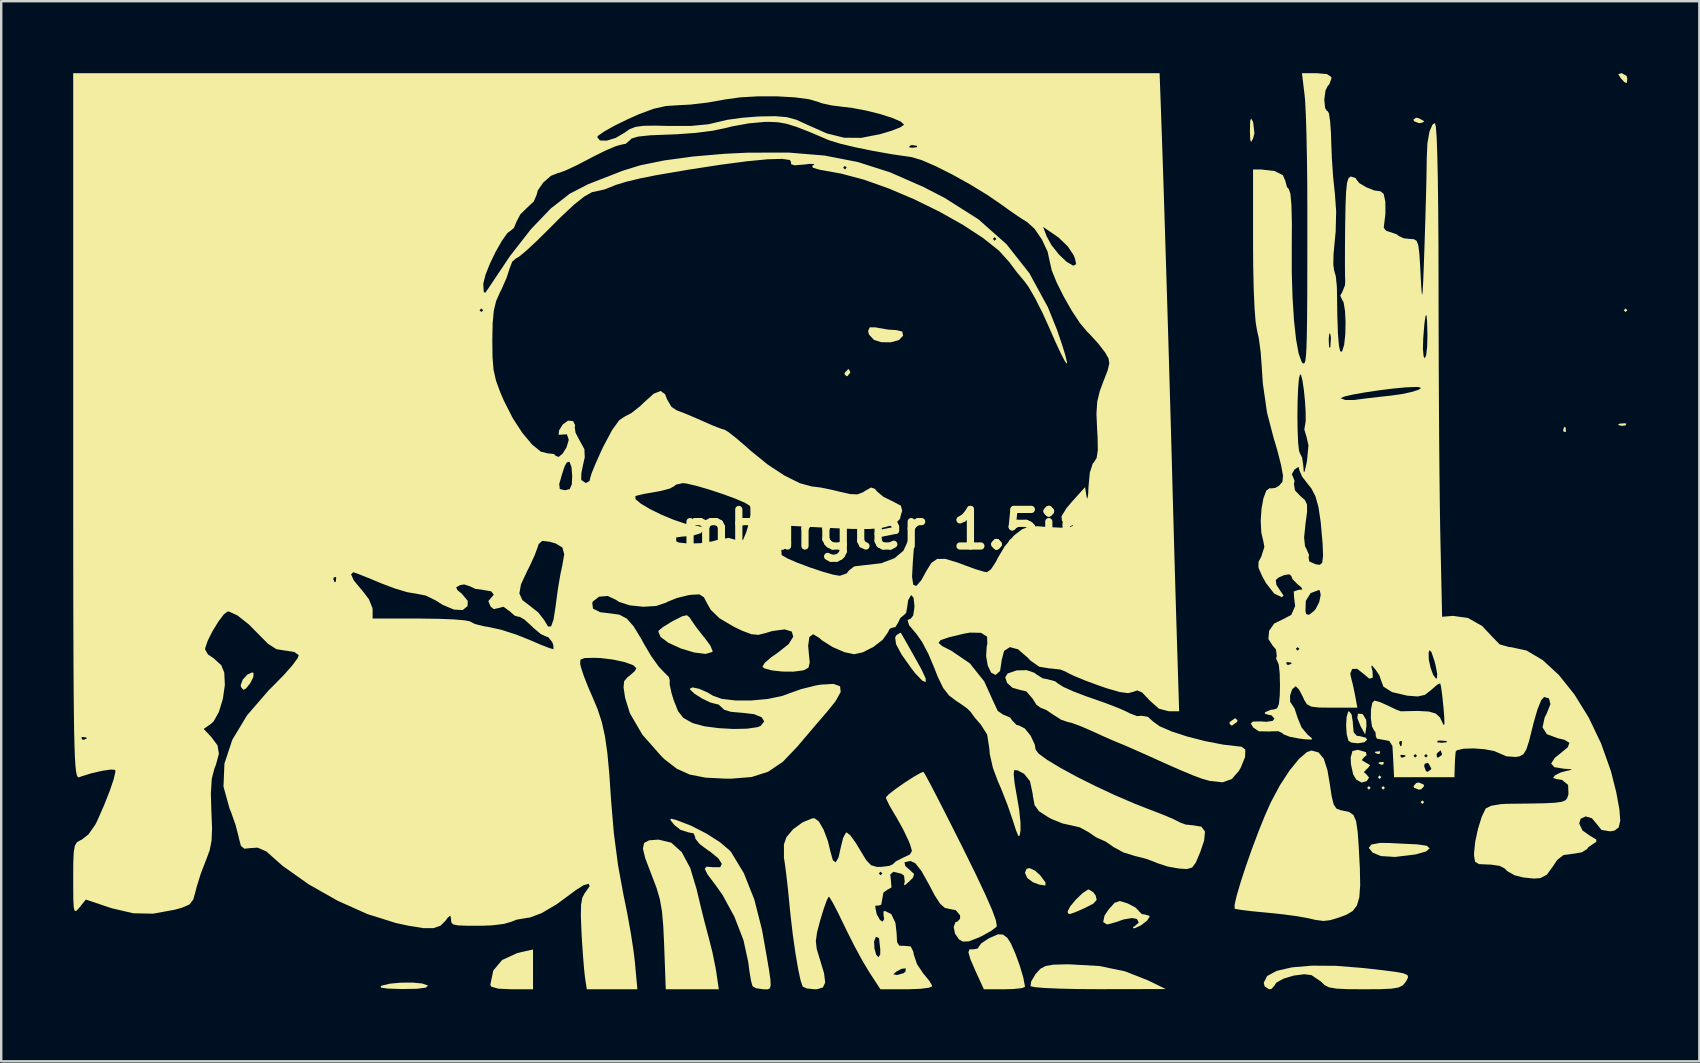
<source format=kicad_pcb>
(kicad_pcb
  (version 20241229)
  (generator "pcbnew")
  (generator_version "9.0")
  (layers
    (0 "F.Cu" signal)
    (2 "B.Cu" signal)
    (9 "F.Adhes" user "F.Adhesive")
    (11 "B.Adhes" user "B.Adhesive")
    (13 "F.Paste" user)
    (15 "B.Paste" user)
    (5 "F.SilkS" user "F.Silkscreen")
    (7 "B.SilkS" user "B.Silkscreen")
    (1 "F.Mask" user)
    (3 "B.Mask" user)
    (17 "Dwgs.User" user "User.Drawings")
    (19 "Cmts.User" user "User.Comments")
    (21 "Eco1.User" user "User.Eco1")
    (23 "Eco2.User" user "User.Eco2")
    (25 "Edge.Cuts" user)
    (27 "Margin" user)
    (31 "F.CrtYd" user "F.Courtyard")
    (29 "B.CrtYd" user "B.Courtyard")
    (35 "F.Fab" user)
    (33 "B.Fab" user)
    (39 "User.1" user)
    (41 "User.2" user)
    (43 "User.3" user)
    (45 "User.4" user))
  (footprint "Hamburgler 1.5in"
    (layer "F.Cu")
    (at 32.381 19.013)
    (property "Reference" "Hamburgler 1.5in" (at 0 0 0) (layer "F.SilkS") (effects (font (size 1.524 1.524) (thickness 0.3))))
    (attr board_only exclude_from_pos_files exclude_from_bom)
    (fp_poly (pts (xy 21.687 10.769) (xy 21.612 10.843) (xy 21.538 10.769) (xy 21.612 10.695)) (stroke (width 0) (type solid)) (fill yes) (layer "F.SilkS"))
    (fp_poly (pts (xy 22.132 10.323) (xy 22.058 10.398) (xy 21.984 10.323) (xy 22.058 10.249)) (stroke (width 0) (type solid)) (fill yes) (layer "F.SilkS"))
    (fp_poly (pts (xy 22.281 10.769) (xy 22.206 10.843) (xy 22.132 10.769) (xy 22.206 10.695)) (stroke (width 0) (type solid)) (fill yes) (layer "F.SilkS"))
    (fp_poly (pts (xy 23.915 11.363) (xy 23.84 11.437) (xy 23.766 11.363) (xy 23.84 11.289)) (stroke (width 0) (type solid)) (fill yes) (layer "F.SilkS"))
    (fp_poly (pts (xy 32.381 -9.135) (xy 32.307 -9.061) (xy 32.233 -9.135) (xy 32.307 -9.209)) (stroke (width 0) (type solid)) (fill yes) (layer "F.SilkS"))
    (fp_poly (pts (xy 22.083 9.259) (xy 22.062 9.347) (xy 21.984 9.358) (xy 21.861 9.304) (xy 21.885 9.259) (xy 22.061 9.241)) (stroke (width 0) (type solid)) (fill yes) (layer "F.SilkS"))
    (fp_poly (pts (xy 22.231 9.704) (xy 22.211 9.793) (xy 22.132 9.804) (xy 22.01 9.749) (xy 22.033 9.704) (xy 22.209 9.687)) (stroke (width 0) (type solid)) (fill yes) (layer "F.SilkS"))
    (fp_poly (pts (xy 29.807 -4.258) (xy 29.824 -4.082) (xy 29.807 -4.06) (xy 29.718 -4.08) (xy 29.708 -4.159) (xy 29.762 -4.281)) (stroke (width 0) (type solid)) (fill yes) (layer "F.SilkS"))
    (fp_poly (pts (xy 32.341 -4.397) (xy 32.297 -4.33) (xy 32.146 -4.319) (xy 31.988 -4.356) (xy 32.056 -4.409) (xy 32.289 -4.427)) (stroke (width 0) (type solid)) (fill yes) (layer "F.SilkS"))
    (fp_poly (pts (xy -0.002 -6.569) (xy 0 -6.536) (xy -0.114 -6.393) (xy -0.157 -6.387) (xy -0.246 -6.478) (xy -0.223 -6.536) (xy -0.089 -6.677) (xy -0.066 -6.684)) (stroke (width 0) (type solid)) (fill yes) (layer "F.SilkS"))
    (fp_poly (pts (xy 16.14 7.964) (xy 16.116 8.021) (xy 15.92 8.164) (xy 15.876 8.17) (xy 15.796 8.078) (xy 15.819 8.021) (xy 16.016 7.878) (xy 16.06 7.873)) (stroke (width 0) (type solid)) (fill yes) (layer "F.SilkS"))
    (fp_poly (pts (xy 21.334 7.69) (xy 21.365 7.708) (xy 21.5 7.936) (xy 21.511 8.186) (xy 21.457 8.541) (xy 21.265 8.198) (xy 21.13 7.862) (xy 21.156 7.675)) (stroke (width 0) (type solid)) (fill yes) (layer "F.SilkS"))
    (fp_poly (pts (xy 23.692 -17.136) (xy 23.887 -17.03) (xy 23.915 -16.992) (xy 23.793 -16.94) (xy 23.692 -16.933) (xy 23.494 -17.011) (xy 23.469 -17.077) (xy 23.578 -17.159)) (stroke (width 0) (type solid)) (fill yes) (layer "F.SilkS"))
    (fp_poly (pts (xy 23.889 10.626) (xy 23.915 10.695) (xy 23.794 10.827) (xy 23.692 10.843) (xy 23.494 10.763) (xy 23.469 10.695) (xy 23.589 10.563) (xy 23.692 10.546)) (stroke (width 0) (type solid)) (fill yes) (layer "F.SilkS"))
    (fp_poly (pts (xy 32.353 -18.897) (xy 32.381 -18.79) (xy 32.361 -18.6) (xy 32.26 -18.64) (xy 32.115 -18.796) (xy 32.003 -18.967) (xy 32.128 -19.013) (xy 32.153 -19.013)) (stroke (width 0) (type solid)) (fill yes) (layer "F.SilkS"))
    (fp_poly (pts (xy -24.866 5.98) (xy -24.874 6.148) (xy -25.003 6.406) (xy -25.178 6.624) (xy -25.287 6.684) (xy -25.39 6.565) (xy -25.4 6.48) (xy -25.313 6.252) (xy -25.12 6.046) (xy -24.925 5.957)) (stroke (width 0) (type solid)) (fill yes) (layer "F.SilkS"))
    (fp_poly (pts (xy -13.22 19.161) (xy -14.111 19.161) (xy -14.668 19.136) (xy -14.952 19.056) (xy -15 18.976) (xy -14.875 18.378) (xy -14.507 17.941) (xy -13.888 17.657) (xy -13.7 17.609) (xy -13.22 17.504)) (stroke (width 0) (type solid)) (fill yes) (layer "F.SilkS"))
    (fp_poly (pts (xy 7.7 14.215) (xy 7.914 14.41) (xy 8.137 14.711) (xy 8.129 14.838) (xy 7.88 14.799) (xy 7.613 14.701) (xy 7.375 14.524) (xy 7.279 14.303) (xy 7.351 14.139) (xy 7.468 14.111)) (stroke (width 0) (type solid)) (fill yes) (layer "F.SilkS"))
    (fp_poly (pts (xy 16.776 -17.003) (xy 16.789 -16.97) (xy 16.842 -16.51) (xy 16.789 -16.302) (xy 16.708 -16.148) (xy 16.668 -16.227) (xy 16.655 -16.571) (xy 16.655 -16.636) (xy 16.665 -17.016) (xy 16.701 -17.128)) (stroke (width 0) (type solid)) (fill yes) (layer "F.SilkS"))
    (fp_poly (pts (xy 1.063 -8.421) (xy 1.151 -8.401) (xy 1.592 -8.327) (xy 1.905 -8.309) (xy 2.167 -8.248) (xy 2.202 -8.075) (xy 2.033 -7.896) (xy 1.692 -7.799) (xy 1.292 -7.803) (xy 0.987 -7.899) (xy 0.779 -8.126) (xy 0.743 -8.269) (xy 0.811 -8.424)) (stroke (width 0) (type solid)) (fill yes) (layer "F.SilkS"))
    (fp_poly (pts (xy -17.84 18.92) (xy -17.613 18.999) (xy -17.602 19.013) (xy -17.688 19.092) (xy -18.048 19.139) (xy -18.661 19.151) (xy -18.67 19.151) (xy -19.258 19.133) (xy -19.555 19.093) (xy -19.566 19.029) (xy -19.533 19.013) (xy -19.194 18.929) (xy -18.731 18.885) (xy -18.246 18.882)) (stroke (width 0) (type solid)) (fill yes) (layer "F.SilkS"))
    (fp_poly (pts (xy 10.125 15.116) (xy 10.227 15.255) (xy 10.269 15.437) (xy 10.124 15.596) (xy 9.773 15.775) (xy 9.359 15.956) (xy 9.148 16.027) (xy 9.071 16) (xy 9.061 15.915) (xy 9.161 15.713) (xy 9.397 15.428) (xy 9.675 15.161) (xy 9.899 15.01) (xy 9.938 15.002)) (stroke (width 0) (type solid)) (fill yes) (layer "F.SilkS"))
    (fp_poly (pts (xy 22.448 13.065) (xy 23.011 13.094) (xy 23.589 13.121) (xy 23.618 13.122) (xy 24.021 13.179) (xy 24.144 13.288) (xy 23.995 13.417) (xy 23.578 13.536) (xy 23.531 13.545) (xy 22.701 13.646) (xy 22.107 13.609) (xy 21.767 13.465) (xy 21.607 13.268) (xy 21.718 13.129) (xy 22.073 13.062)) (stroke (width 0) (type solid)) (fill yes) (layer "F.SilkS"))
    (fp_poly (pts (xy 2.114 4.318) (xy 2.234 4.524) (xy 2.448 4.901) (xy 2.705 5.359) (xy 2.954 5.807) (xy 2.967 5.83) (xy 3.143 6.209) (xy 3.146 6.365) (xy 2.997 6.297) (xy 2.718 6.005) (xy 2.58 5.832) (xy 2.141 5.216) (xy 1.908 4.78) (xy 1.871 4.497) (xy 1.924 4.404) (xy 2.081 4.305)) (stroke (width 0) (type solid)) (fill yes) (layer "F.SilkS"))
    (fp_poly (pts (xy 20.89 7.706) (xy 20.942 8.027) (xy 20.944 8.095) (xy 20.977 8.454) (xy 21.107 8.598) (xy 21.241 8.615) (xy 21.482 8.677) (xy 21.538 8.764) (xy 21.416 8.869) (xy 21.148 8.91) (xy 20.877 8.88) (xy 20.757 8.801) (xy 20.686 8.526) (xy 20.663 8.157) (xy 20.684 7.81) (xy 20.748 7.597) (xy 20.784 7.575)) (stroke (width 0) (type solid)) (fill yes) (layer "F.SilkS"))
    (fp_poly (pts (xy 10.384 18.192) (xy 11.455 18.415) (xy 12.408 18.791) (xy 13.146 19.152) (xy 10.369 19.157) (xy 9.491 19.152) (xy 8.719 19.134) (xy 8.099 19.107) (xy 7.681 19.072) (xy 7.512 19.031) (xy 7.512 19.03) (xy 7.539 18.837) (xy 7.714 18.54) (xy 7.737 18.51) (xy 7.922 18.308) (xy 8.135 18.192) (xy 8.459 18.137) (xy 8.977 18.122) (xy 9.139 18.122)) (stroke (width 0) (type solid)) (fill yes) (layer "F.SilkS"))
    (fp_poly (pts (xy -6.685 3.677) (xy -6.625 3.775) (xy -6.423 4.069) (xy -6.13 4.444) (xy -6.056 4.532) (xy -5.828 4.844) (xy -5.736 5.063) (xy -5.747 5.103) (xy -6.022 5.186) (xy -6.5 5.128) (xy -7.055 4.961) (xy -7.576 4.724) (xy -7.904 4.479) (xy -7.996 4.259) (xy -7.977 4.21) (xy -7.805 4.067) (xy -7.472 3.861) (xy -7.343 3.79) (xy -6.99 3.612) (xy -6.803 3.575)) (stroke (width 0) (type solid)) (fill yes) (layer "F.SilkS"))
    (fp_poly (pts (xy 21.169 9.186) (xy 21.489 9.281) (xy 21.518 9.406) (xy 21.41 9.494) (xy 21.315 9.612) (xy 21.484 9.717) (xy 21.663 9.821) (xy 21.57 9.946) (xy 21.534 9.971) (xy 21.402 10.115) (xy 21.502 10.199) (xy 21.619 10.338) (xy 21.521 10.487) (xy 21.303 10.546) (xy 21.087 10.423) (xy 20.958 10.212) (xy 20.865 9.787) (xy 20.853 9.506) (xy 20.927 9.232) (xy 21.142 9.182)) (stroke (width 0) (type solid)) (fill yes) (layer "F.SilkS"))
    (fp_poly (pts (xy 6.36 16.88) (xy 6.543 17.014) (xy 6.693 17.25) (xy 6.879 17.672) (xy 7.063 18.176) (xy 7.208 18.66) (xy 7.277 19.02) (xy 7.278 19.06) (xy 7.144 19.114) (xy 6.795 19.151) (xy 6.423 19.161) (xy 5.568 19.161) (xy 5.229 18.422) (xy 5.008 17.912) (xy 4.923 17.619) (xy 4.97 17.496) (xy 5.134 17.497) (xy 5.323 17.458) (xy 5.347 17.396) (xy 5.467 17.241) (xy 5.762 17.046) (xy 5.817 17.018) (xy 6.152 16.873)) (stroke (width 0) (type solid)) (fill yes) (layer "F.SilkS"))
    (fp_poly (pts (xy -7.46 13.052) (xy -7.022 13.446) (xy -6.666 14.113) (xy -6.4 15.002) (xy -6.236 15.694) (xy -6.066 16.378) (xy -5.92 16.927) (xy -5.898 17.008) (xy -5.744 17.618) (xy -5.614 18.259) (xy -5.581 18.456) (xy -5.478 19.161) (xy -7.688 19.161) (xy -7.754 17.342) (xy -7.792 16.524) (xy -7.846 15.912) (xy -7.933 15.416) (xy -8.069 14.946) (xy -8.272 14.41) (xy -8.297 14.346) (xy -8.539 13.714) (xy -8.64 13.302) (xy -8.591 13.064) (xy -8.381 12.954) (xy -8.001 12.925) (xy -7.986 12.925)) (stroke (width 0) (type solid)) (fill yes) (layer "F.SilkS"))
    (fp_poly (pts (xy 11.527 15.572) (xy 11.573 15.591) (xy 11.885 15.755) (xy 12.03 15.901) (xy 12.032 15.912) (xy 12.152 16.027) (xy 12.254 16.042) (xy 12.452 16.094) (xy 12.477 16.137) (xy 12.364 16.305) (xy 12.115 16.496) (xy 11.864 16.614) (xy 11.809 16.62) (xy 11.776 16.574) (xy 11.846 16.538) (xy 12.023 16.382) (xy 11.948 16.235) (xy 11.741 16.191) (xy 11.387 16.252) (xy 11.069 16.365) (xy 10.704 16.462) (xy 10.539 16.359) (xy 10.596 16.09) (xy 10.767 15.833) (xy 11.017 15.557) (xy 11.227 15.483)) (stroke (width 0) (type solid)) (fill yes) (layer "F.SilkS"))
    (fp_poly (pts (xy 20.235 18.184) (xy 21.375 18.275) (xy 21.381 18.276) (xy 22.179 18.366) (xy 22.724 18.436) (xy 23.056 18.498) (xy 23.216 18.568) (xy 23.247 18.657) (xy 23.189 18.781) (xy 23.14 18.861) (xy 23.026 18.997) (xy 22.852 19.085) (xy 22.557 19.135) (xy 22.081 19.157) (xy 21.415 19.161) (xy 20.713 19.156) (xy 20.245 19.132) (xy 19.948 19.079) (xy 19.759 18.984) (xy 19.618 18.841) (xy 19.222 18.573) (xy 18.926 18.533) (xy 18.467 18.593) (xy 18.044 18.723) (xy 17.753 18.886) (xy 17.676 19.009) (xy 17.556 19.144) (xy 17.453 19.161) (xy 17.267 19.039) (xy 17.23 18.889) (xy 17.371 18.609) (xy 17.772 18.393) (xy 18.403 18.248) (xy 19.234 18.177)) (stroke (width 0) (type solid)) (fill yes) (layer "F.SilkS"))
    (fp_poly (pts (xy -7.251 12.108) (xy -6.637 12.343) (xy -5.996 12.671) (xy -5.426 13.035) (xy -5.021 13.38) (xy -4.963 13.449) (xy -4.436 14.32) (xy -3.999 15.416) (xy -3.679 16.675) (xy -3.645 16.859) (xy -3.492 17.729) (xy -3.386 18.347) (xy -3.327 18.758) (xy -3.316 19.002) (xy -3.351 19.123) (xy -3.432 19.162) (xy -3.559 19.163) (xy -3.624 19.161) (xy -3.935 19.115) (xy -4.072 19.033) (xy -4.131 18.825) (xy -4.2 18.42) (xy -4.25 18.03) (xy -4.45 17.115) (xy -4.827 16.138) (xy -5.325 15.224) (xy -5.63 14.796) (xy -5.946 14.377) (xy -6.064 14.14) (xy -5.988 14.051) (xy -5.724 14.074) (xy -5.719 14.075) (xy -5.421 14.073) (xy -5.351 13.937) (xy -5.495 13.707) (xy -5.84 13.424) (xy -5.938 13.361) (xy -6.274 13.11) (xy -6.454 12.888) (xy -6.463 12.811) (xy -6.528 12.663) (xy -6.73 12.626) (xy -7.076 12.517) (xy -7.329 12.316) (xy -7.503 12.097) (xy -7.462 12.052)) (stroke (width 0) (type solid)) (fill yes) (layer "F.SilkS"))
    (fp_poly (pts (xy 19.514 9.291) (xy 19.729 9.549) (xy 19.884 10.027) (xy 19.978 10.577) (xy 20.064 11.137) (xy 20.148 11.468) (xy 20.262 11.633) (xy 20.434 11.7) (xy 20.498 11.71) (xy 20.785 11.771) (xy 20.969 11.901) (xy 21.08 12.16) (xy 21.145 12.606) (xy 21.185 13.165) (xy 21.236 14.122) (xy 21.249 14.828) (xy 21.212 15.33) (xy 21.113 15.671) (xy 20.939 15.897) (xy 20.678 16.054) (xy 20.365 16.171) (xy 19.999 16.282) (xy 19.716 16.314) (xy 19.38 16.269) (xy 19.022 16.188) (xy 18.624 16.117) (xy 18.046 16.04) (xy 17.403 15.972) (xy 17.313 15.964) (xy 16.744 15.909) (xy 16.296 15.855) (xy 16.044 15.812) (xy 16.02 15.803) (xy 16.016 15.641) (xy 16.103 15.258) (xy 16.265 14.708) (xy 16.481 14.046) (xy 16.734 13.326) (xy 17.005 12.604) (xy 17.275 11.934) (xy 17.526 11.37) (xy 17.529 11.363) (xy 17.904 10.662) (xy 18.305 10.047) (xy 18.692 9.569) (xy 19.028 9.278) (xy 19.216 9.212)) (stroke (width 0) (type solid)) (fill yes) (layer "F.SilkS"))
    (fp_poly (pts (xy 7.681 5.976) (xy 7.728 6.02) (xy 8.021 6.205) (xy 8.209 6.239) (xy 8.538 6.328) (xy 8.673 6.432) (xy 8.882 6.563) (xy 9.3 6.751) (xy 9.851 6.961) (xy 10.101 7.047) (xy 10.702 7.259) (xy 11.219 7.46) (xy 11.568 7.618) (xy 11.64 7.66) (xy 11.954 7.778) (xy 12.142 7.764) (xy 12.4 7.806) (xy 12.608 7.996) (xy 12.885 8.198) (xy 13.387 8.416) (xy 14.044 8.63) (xy 14.785 8.82) (xy 15.54 8.966) (xy 16.239 9.047) (xy 16.302 9.051) (xy 16.463 9.174) (xy 16.453 9.481) (xy 16.277 9.915) (xy 16.192 10.063) (xy 15.896 10.402) (xy 15.511 10.536) (xy 14.977 10.478) (xy 14.631 10.379) (xy 14.302 10.255) (xy 13.789 10.041) (xy 13.178 9.774) (xy 12.849 9.625) (xy 12.243 9.352) (xy 11.712 9.117) (xy 11.333 8.953) (xy 11.215 8.906) (xy 10.922 8.784) (xy 10.472 8.585) (xy 10.086 8.408) (xy 9.611 8.202) (xy 9.227 8.06) (xy 9.046 8.018) (xy 8.788 7.929) (xy 8.467 7.724) (xy 8.158 7.518) (xy 7.934 7.43) (xy 7.933 7.43) (xy 7.759 7.307) (xy 7.602 7.056) (xy 7.336 6.747) (xy 7.064 6.684) (xy 6.759 6.597) (xy 6.535 6.394) (xy 6.457 6.161) (xy 6.557 6.003) (xy 6.936 5.872) (xy 7.358 5.864)) (stroke (width 0) (type solid)) (fill yes) (layer "F.SilkS"))
    (fp_poly (pts (xy 3.129 10.228) (xy 3.322 10.584) (xy 3.608 11.133) (xy 3.969 11.839) (xy 4.386 12.664) (xy 4.675 13.24) (xy 5.222 14.35) (xy 5.632 15.218) (xy 5.912 15.857) (xy 6.068 16.285) (xy 6.107 16.517) (xy 6.093 16.559) (xy 5.87 16.729) (xy 5.493 16.939) (xy 5.352 17.006) (xy 4.945 17.163) (xy 4.692 17.174) (xy 4.534 17.085) (xy 4.365 16.842) (xy 4.311 16.564) (xy 4.383 16.368) (xy 4.467 16.339) (xy 4.577 16.221) (xy 4.576 16.079) (xy 4.398 15.865) (xy 4.161 15.819) (xy 3.946 15.773) (xy 3.747 15.6) (xy 3.518 15.245) (xy 3.293 14.817) (xy 2.967 14.232) (xy 2.707 13.906) (xy 2.508 13.814) (xy 2.261 13.867) (xy 2.292 14.023) (xy 2.488 14.197) (xy 2.66 14.356) (xy 2.617 14.505) (xy 2.467 14.659) (xy 2.273 14.829) (xy 2.239 14.789) (xy 2.272 14.68) (xy 2.241 14.426) (xy 2.132 14.346) (xy 1.795 14.265) (xy 1.667 14.379) (xy 1.695 14.631) (xy 1.718 14.916) (xy 1.571 15.002) (xy 1.562 15.002) (xy 1.381 15.132) (xy 1.337 15.382) (xy 1.29 15.635) (xy 1.188 15.671) (xy 1.051 15.676) (xy 1.04 15.724) (xy 1.102 16.031) (xy 1.242 16.277) (xy 1.348 16.339) (xy 1.416 16.23) (xy 1.391 16.116) (xy 1.383 15.925) (xy 1.44 15.894) (xy 1.71 16.029) (xy 1.883 16.395) (xy 1.931 16.824) (xy 1.951 17.194) (xy 2.044 17.345) (xy 2.258 17.352) (xy 2.265 17.351) (xy 2.519 17.376) (xy 2.63 17.599) (xy 2.647 17.716) (xy 2.781 18.112) (xy 3.042 18.504) (xy 3.055 18.518) (xy 3.296 18.81) (xy 3.414 19.017) (xy 3.416 19.035) (xy 3.28 19.096) (xy 2.921 19.141) (xy 2.412 19.161) (xy 2.337 19.161) (xy 1.258 19.161) (xy 0.848 18.534) (xy 1.792 18.534) (xy 1.926 18.564) (xy 1.959 18.565) (xy 2.228 18.489) (xy 2.302 18.419) (xy 2.314 18.287) (xy 2.137 18.309) (xy 1.931 18.419) (xy 1.792 18.534) (xy 0.848 18.534) (xy 0.797 18.456) (xy 0.513 17.982) (xy 0.172 17.354) (xy 0.081 17.172) (xy 0.993 17.172) (xy 1.008 17.464) (xy 1.083 17.729) (xy 1.181 17.825) (xy 1.25 17.7) (xy 1.25 17.49) (xy 1.215 17.173) (xy 1.201 17.036) (xy 1.097 16.977) (xy 1.06 16.995) (xy 0.993 17.172) (xy 0.081 17.172) (xy -0.163 16.689) (xy -0.241 16.525) (xy -0.502 15.988) (xy -0.719 15.57) (xy -0.861 15.332) (xy -0.893 15.3) (xy -0.969 15.431) (xy -1.095 15.774) (xy -1.24 16.245) (xy -1.382 16.778) (xy -1.434 17.148) (xy -1.399 17.473) (xy -1.28 17.871) (xy -1.275 17.884) (xy -1.092 18.492) (xy -1.044 18.878) (xy -1.139 19.085) (xy -1.385 19.159) (xy -1.477 19.161) (xy -1.811 19.127) (xy -1.982 19.05) (xy -2.07 18.79) (xy -2.175 18.298) (xy -2.287 17.637) (xy -2.396 16.87) (xy -2.491 16.06) (xy -2.529 15.671) (xy -2.598 14.977) (xy -2.67 14.341) (xy -2.671 14.334) (xy 1.188 14.334) (xy 1.263 14.408) (xy 1.337 14.334) (xy 1.263 14.26) (xy 1.188 14.334) (xy -2.671 14.334) (xy -2.735 13.856) (xy -2.763 13.691) (xy -2.764 13.125) (xy -2.66 12.824) (xy -2.385 12.495) (xy -1.988 12.205) (xy -1.596 12.043) (xy -1.497 12.032) (xy -1.311 12.164) (xy -1.11 12.511) (xy -0.93 12.992) (xy -0.829 13.41) (xy -0.724 13.786) (xy -0.607 13.872) (xy -0.49 13.672) (xy -0.389 13.223) (xy -0.297 12.851) (xy -0.183 12.642) (xy -0.147 12.626) (xy 0.000323 12.745) (xy 0.226 13.054) (xy 0.407 13.355) (xy 0.662 13.776) (xy 0.868 13.991) (xy 1.106 14.062) (xy 1.298 14.061) (xy 1.627 14.019) (xy 1.78 13.95) (xy 1.782 13.943) (xy 1.904 13.828) (xy 2.199 13.678) (xy 2.215 13.671) (xy 2.49 13.54) (xy 2.571 13.392) (xy 2.491 13.119) (xy 2.428 12.966) (xy 2.201 12.491) (xy 1.914 11.976) (xy 1.847 11.868) (xy 1.629 11.496) (xy 1.5 11.226) (xy 1.485 11.166) (xy 1.599 11.04) (xy 1.883 10.819) (xy 2.255 10.558) (xy 2.632 10.314) (xy 2.929 10.145) (xy 3.049 10.101)) (stroke (width 0) (type solid)) (fill yes) (layer "F.SilkS"))
    (fp_poly (pts (xy 19.865 -18.976) (xy 20.043 -18.856) (xy 20.053 -18.799) (xy 19.962 -18.546) (xy 19.904 -18.493) (xy 19.804 -18.296) (xy 19.756 -17.935) (xy 19.756 -17.881) (xy 19.787 -17.562) (xy 19.866 -17.436) (xy 19.886 -17.442) (xy 19.946 -17.342) (xy 19.997 -17.007) (xy 20.032 -16.498) (xy 20.04 -16.225) (xy 20.068 -15.485) (xy 20.119 -14.723) (xy 20.184 -14.086) (xy 20.194 -14.01) (xy 20.248 -13.255) (xy 20.227 -12.411) (xy 20.19 -12.024) (xy 20.139 -11.477) (xy 20.129 -11.038) (xy 20.162 -10.797) (xy 20.166 -10.789) (xy 20.234 -10.546) (xy 20.276 -10.133) (xy 20.281 -9.952) (xy 20.296 -8.918) (xy 20.323 -8.164) (xy 20.362 -7.673) (xy 20.416 -7.427) (xy 20.486 -7.41) (xy 20.498 -7.427) (xy 20.529 -7.526) (xy 23.863 -7.526) (xy 23.892 -7.216) (xy 23.94 -7.13) (xy 24 -7.266) (xy 24.04 -7.622) (xy 24.052 -8.122) (xy 24.051 -8.132) (xy 24.036 -8.682) (xy 24.009 -8.936) (xy 23.971 -8.898) (xy 23.925 -8.569) (xy 23.877 -7.984) (xy 23.863 -7.526) (xy 20.529 -7.526) (xy 20.582 -7.699) (xy 20.629 -8.136) (xy 20.64 -8.641) (xy 20.616 -9.117) (xy 20.557 -9.466) (xy 20.491 -9.585) (xy 20.418 -9.747) (xy 20.493 -9.871) (xy 20.616 -10.176) (xy 20.625 -10.341) (xy 20.617 -10.587) (xy 20.614 -11.067) (xy 20.615 -11.716) (xy 20.621 -12.471) (xy 20.623 -12.663) (xy 20.638 -13.495) (xy 20.662 -14.072) (xy 20.7 -14.437) (xy 20.759 -14.633) (xy 20.843 -14.703) (xy 20.87 -14.705) (xy 21.067 -14.638) (xy 21.092 -14.581) (xy 21.215 -14.43) (xy 21.504 -14.259) (xy 21.838 -14.127) (xy 22.095 -14.092) (xy 22.228 -13.985) (xy 22.298 -13.652) (xy 22.301 -13.159) (xy 22.23 -12.571) (xy 22.333 -12.445) (xy 22.489 -12.395) (xy 22.77 -12.299) (xy 22.86 -12.227) (xy 23.062 -12.134) (xy 23.32 -12.106) (xy 23.489 -12.095) (xy 23.601 -12.026) (xy 23.671 -11.844) (xy 23.715 -11.496) (xy 23.751 -10.927) (xy 23.766 -10.62) (xy 23.792 -10.137) (xy 23.814 -9.85) (xy 23.834 -9.776) (xy 23.853 -9.932) (xy 23.875 -10.335) (xy 23.901 -11.001) (xy 23.934 -11.948) (xy 23.934 -11.957) (xy 23.964 -12.894) (xy 23.989 -13.776) (xy 24.008 -14.54) (xy 24.019 -15.125) (xy 24.022 -15.456) (xy 24.05 -16.087) (xy 24.136 -16.581) (xy 24.266 -16.876) (xy 24.365 -16.933) (xy 24.402 -16.786) (xy 24.435 -16.349) (xy 24.462 -15.629) (xy 24.484 -14.634) (xy 24.5 -13.37) (xy 24.511 -11.845) (xy 24.515 -10.066) (xy 24.515 -9.915) (xy 24.518 -8.352) (xy 24.523 -6.758) (xy 24.531 -5.183) (xy 24.541 -3.677) (xy 24.553 -2.291) (xy 24.567 -1.073) (xy 24.582 -0.075) (xy 24.591 0.371) (xy 24.663 3.639) (xy 25.111 3.601) (xy 25.737 3.687) (xy 26.331 4.023) (xy 26.735 4.454) (xy 27.061 4.788) (xy 27.452 4.901) (xy 27.527 4.903) (xy 28.179 5.044) (xy 28.856 5.444) (xy 29.53 6.066) (xy 30.177 6.876) (xy 30.772 7.838) (xy 31.288 8.918) (xy 31.701 10.08) (xy 31.922 10.962) (xy 32.051 11.668) (xy 32.087 12.137) (xy 32.023 12.415) (xy 31.851 12.548) (xy 31.67 12.58) (xy 31.304 12.52) (xy 31.113 12.283) (xy 30.906 12.035) (xy 30.646 11.957) (xy 30.437 12.055) (xy 30.376 12.252) (xy 30.513 12.544) (xy 30.82 12.76) (xy 31.091 12.924) (xy 31.085 13.027) (xy 31.043 13.044) (xy 30.768 13.231) (xy 30.703 13.316) (xy 30.485 13.454) (xy 30.116 13.517) (xy 30.086 13.517) (xy 29.72 13.567) (xy 29.461 13.769) (xy 29.282 14.037) (xy 29.029 14.386) (xy 28.757 14.529) (xy 28.487 14.547) (xy 28.037 14.501) (xy 27.68 14.409) (xy 27.385 14.242) (xy 27.263 14.122) (xy 27.064 14.02) (xy 26.692 13.965) (xy 26.58 13.963) (xy 26.202 13.945) (xy 26.036 13.846) (xy 25.995 13.598) (xy 25.994 13.497) (xy 26.041 13.021) (xy 26.16 12.468) (xy 26.318 11.961) (xy 26.482 11.625) (xy 26.483 11.624) (xy 26.705 11.515) (xy 27.117 11.445) (xy 27.385 11.432) (xy 28.288 11.422) (xy 28.937 11.41) (xy 29.377 11.387) (xy 29.652 11.348) (xy 29.805 11.284) (xy 29.879 11.189) (xy 29.92 11.055) (xy 29.929 11.019) (xy 29.913 10.645) (xy 29.657 10.435) (xy 29.418 10.4) (xy 29.286 10.352) (xy 29.369 10.245) (xy 29.604 10.127) (xy 29.856 10.059) (xy 30.066 10.013) (xy 30.007 9.987) (xy 29.754 9.972) (xy 29.338 9.905) (xy 29.206 9.753) (xy 29.36 9.517) (xy 29.557 9.359) (xy 29.899 9.078) (xy 29.968 8.892) (xy 29.762 8.765) (xy 29.477 8.698) (xy 29.027 8.531) (xy 28.848 8.247) (xy 28.937 7.834) (xy 29.014 7.686) (xy 29.177 7.281) (xy 29.116 7.041) (xy 28.913 6.981) (xy 28.791 7.119) (xy 28.638 7.495) (xy 28.476 8.056) (xy 28.439 8.207) (xy 28.29 8.805) (xy 28.171 9.172) (xy 28.047 9.369) (xy 27.886 9.454) (xy 27.73 9.48) (xy 27.344 9.454) (xy 27.093 9.345) (xy 26.831 9.232) (xy 26.423 9.157) (xy 25.965 9.123) (xy 25.552 9.137) (xy 25.281 9.201) (xy 25.227 9.261) (xy 25.205 9.526) (xy 25.189 9.878) (xy 25.177 10.323) (xy 22.662 10.323) (xy 22.639 9.869) (xy 23.915 9.869) (xy 23.992 10.072) (xy 24.063 10.101) (xy 24.207 9.994) (xy 24.212 9.961) (xy 24.104 9.76) (xy 24.063 9.729) (xy 23.936 9.763) (xy 23.915 9.869) (xy 22.639 9.869) (xy 22.636 9.804) (xy 22.615 9.407) (xy 22.924 9.407) (xy 22.945 9.496) (xy 23.023 9.506) (xy 23.146 9.452) (xy 23.135 9.432) (xy 23.469 9.432) (xy 23.543 9.506) (xy 23.618 9.432) (xy 23.915 9.432) (xy 23.989 9.506) (xy 24.063 9.432) (xy 23.989 9.358) (xy 24.435 9.358) (xy 24.446 9.495) (xy 24.5 9.506) (xy 24.651 9.399) (xy 24.657 9.358) (xy 24.607 9.213) (xy 24.592 9.209) (xy 24.465 9.313) (xy 24.435 9.358) (xy 23.989 9.358) (xy 23.915 9.432) (xy 23.618 9.432) (xy 23.543 9.358) (xy 23.469 9.432) (xy 23.135 9.432) (xy 23.122 9.407) (xy 22.946 9.39) (xy 22.924 9.407) (xy 22.615 9.407) (xy 22.613 9.37) (xy 22.594 9.035) (xy 22.594 9.024) (xy 22.523 8.912) (xy 22.875 8.912) (xy 22.929 9.035) (xy 22.974 9.011) (xy 22.988 8.868) (xy 24.453 8.868) (xy 24.657 8.889) (xy 24.868 8.865) (xy 24.843 8.814) (xy 24.539 8.794) (xy 24.472 8.814) (xy 24.453 8.868) (xy 22.988 8.868) (xy 22.992 8.835) (xy 22.974 8.813) (xy 22.886 8.834) (xy 22.875 8.912) (xy 22.523 8.912) (xy 22.46 8.812) (xy 22.198 8.764) (xy 21.947 8.719) (xy 21.903 8.625) (xy 21.884 8.435) (xy 21.838 8.394) (xy 21.74 8.206) (xy 21.694 7.871) (xy 21.699 7.505) (xy 21.756 7.221) (xy 21.842 7.13) (xy 22.073 7.193) (xy 22.418 7.347) (xy 22.435 7.356) (xy 22.755 7.509) (xy 22.942 7.578) (xy 22.948 7.578) (xy 23.648 7.562) (xy 24.112 7.588) (xy 24.399 7.672) (xy 24.567 7.827) (xy 24.645 7.984) (xy 24.726 8.153) (xy 24.761 8.105) (xy 24.752 7.811) (xy 24.721 7.428) (xy 24.669 6.927) (xy 24.62 6.561) (xy 24.584 6.413) (xy 24.457 6.47) (xy 24.22 6.676) (xy 24.206 6.69) (xy 23.946 6.893) (xy 23.643 6.96) (xy 23.206 6.925) (xy 22.577 6.778) (xy 22.218 6.551) (xy 22.132 6.323) (xy 22.046 6.078) (xy 21.902 5.859) (xy 21.736 5.665) (xy 21.715 5.718) (xy 21.763 5.904) (xy 21.774 6.176) (xy 21.631 6.219) (xy 21.389 6.016) (xy 21.126 5.809) (xy 20.914 5.812) (xy 20.836 6.006) (xy 20.858 6.127) (xy 20.956 6.519) (xy 21.043 6.944) (xy 21.131 7.427) (xy 20.09 7.427) (xy 19.543 7.421) (xy 19.216 7.383) (xy 19.033 7.287) (xy 18.917 7.104) (xy 18.864 6.981) (xy 18.704 6.675) (xy 18.566 6.536) (xy 18.559 6.536) (xy 18.415 6.658) (xy 18.326 6.924) (xy 18.33 7.18) (xy 18.384 7.26) (xy 18.514 7.458) (xy 18.629 7.811) (xy 18.635 7.835) (xy 18.806 8.25) (xy 19.062 8.556) (xy 19.239 8.7) (xy 19.224 8.756) (xy 18.978 8.745) (xy 18.719 8.715) (xy 18.309 8.637) (xy 18.047 8.533) (xy 18.005 8.487) (xy 17.842 8.408) (xy 17.51 8.412) (xy 17.475 8.418) (xy 17.028 8.411) (xy 16.797 8.258) (xy 16.692 8.086) (xy 16.779 8.006) (xy 17.097 7.998) (xy 17.342 8.015) (xy 17.602 7.977) (xy 17.676 7.883) (xy 17.554 7.746) (xy 17.428 7.724) (xy 17.271 7.674) (xy 17.29 7.614) (xy 17.522 7.516) (xy 17.649 7.503) (xy 17.785 7.455) (xy 17.863 7.273) (xy 17.899 6.896) (xy 17.907 6.499) (xy 17.895 5.996) (xy 17.858 5.637) (xy 17.821 5.545) (xy 18.171 5.545) (xy 18.192 5.634) (xy 18.27 5.644) (xy 18.392 5.59) (xy 18.369 5.545) (xy 18.193 5.528) (xy 18.171 5.545) (xy 17.821 5.545) (xy 17.801 5.496) (xy 17.8 5.496) (xy 17.745 5.385) (xy 17.774 5.266) (xy 17.757 5.134) (xy 24.102 5.134) (xy 24.108 5.422) (xy 24.182 5.763) (xy 24.291 6.059) (xy 24.403 6.209) (xy 24.448 6.2) (xy 24.459 6.022) (xy 24.392 5.666) (xy 24.341 5.474) (xy 24.219 5.112) (xy 24.138 5.031) (xy 24.102 5.134) (xy 17.757 5.134) (xy 17.74 5) (xy 17.719 4.976) (xy 18.567 4.976) (xy 18.642 5.05) (xy 18.716 4.976) (xy 18.642 4.902) (xy 18.567 4.976) (xy 17.719 4.976) (xy 17.61 4.852) (xy 17.424 4.566) (xy 17.455 4.221) (xy 17.668 3.918) (xy 17.987 3.763) (xy 18.376 3.562) (xy 18.446 3.405) (xy 18.968 3.405) (xy 19 3.528) (xy 19.12 3.558) (xy 19.329 3.391) (xy 19.4 3.305) (xy 19.542 3.027) (xy 19.604 2.734) (xy 19.568 2.545) (xy 19.523 2.525) (xy 19.184 2.652) (xy 18.984 2.974) (xy 18.968 3.405) (xy 18.446 3.405) (xy 18.539 3.192) (xy 18.493 2.822) (xy 18.482 2.585) (xy 18.669 2.52) (xy 18.844 2.499) (xy 18.788 2.405) (xy 18.642 2.287) (xy 18.428 2.071) (xy 18.377 1.936) (xy 18.299 1.868) (xy 18.08 1.902) (xy 17.845 2.005) (xy 17.733 2.107) (xy 17.757 2.308) (xy 17.907 2.535) (xy 18.055 2.756) (xy 17.986 2.822) (xy 17.671 2.677) (xy 17.328 2.24) (xy 17.166 1.95) (xy 17.011 1.595) (xy 17.013 1.351) (xy 17.125 1.14) (xy 17.257 0.728) (xy 17.219 0.52) (xy 17.128 0.123) (xy 17.104 -0.361) (xy 17.137 -0.861) (xy 17.218 -1.303) (xy 17.336 -1.616) (xy 17.482 -1.725) (xy 17.527 -1.708) (xy 17.716 -1.733) (xy 17.87 -1.824) (xy 18.009 -1.987) (xy 18.034 -2.238) (xy 18.022 -2.3) (xy 18.399 -2.3) (xy 18.44 -2.216) (xy 18.514 -2.025) (xy 18.488 -1.897) (xy 18.532 -1.627) (xy 18.751 -1.397) (xy 18.946 -1.226) (xy 19.035 -1.033) (xy 19.035 -0.727) (xy 18.973 -0.26) (xy 18.912 0.334) (xy 18.95 0.698) (xy 19.014 0.819) (xy 19.119 1.063) (xy 19.099 1.169) (xy 19.129 1.333) (xy 19.386 1.449) (xy 19.567 1.474) (xy 19.667 1.387) (xy 19.703 1.086) (xy 19.681 0.557) (xy 19.604 -0.309) (xy 19.51 -0.936) (xy 19.384 -1.385) (xy 19.213 -1.713) (xy 19.073 -1.886) (xy 18.831 -2.201) (xy 18.717 -2.458) (xy 18.716 -2.478) (xy 18.678 -2.608) (xy 18.52 -2.504) (xy 18.509 -2.494) (xy 18.399 -2.3) (xy 18.022 -2.3) (xy 17.954 -2.674) (xy 17.954 -2.674) (xy 17.823 -3.197) (xy 17.684 -3.68) (xy 17.649 -3.788) (xy 17.404 -4.725) (xy 18.634 -4.725) (xy 18.642 -4.131) (xy 18.663 -3.625) (xy 18.7 -3.284) (xy 18.736 -3.181) (xy 18.83 -2.991) (xy 18.88 -2.642) (xy 18.881 -2.628) (xy 18.899 -2.394) (xy 18.934 -2.411) (xy 19.001 -2.696) (xy 19.033 -2.862) (xy 19.094 -3.506) (xy 19.01 -3.868) (xy 18.921 -4.165) (xy 18.946 -4.319) (xy 18.979 -4.518) (xy 18.977 -4.889) (xy 18.949 -5.349) (xy 18.937 -5.47) (xy 20.442 -5.47) (xy 20.443 -5.465) (xy 20.632 -5.394) (xy 20.989 -5.395) (xy 21.071 -5.405) (xy 21.527 -5.465) (xy 22.119 -5.533) (xy 22.513 -5.575) (xy 22.984 -5.641) (xy 23.388 -5.728) (xy 23.674 -5.817) (xy 23.789 -5.892) (xy 23.682 -5.935) (xy 23.586 -5.939) (xy 23.162 -5.922) (xy 22.615 -5.871) (xy 22.014 -5.796) (xy 21.428 -5.708) (xy 20.925 -5.618) (xy 20.573 -5.535) (xy 20.442 -5.47) (xy 18.937 -5.47) (xy 18.902 -5.816) (xy 18.844 -6.207) (xy 18.783 -6.439) (xy 18.744 -6.465) (xy 18.696 -6.277) (xy 18.662 -5.874) (xy 18.641 -5.331) (xy 18.634 -4.725) (xy 17.404 -4.725) (xy 17.369 -4.86) (xy 17.192 -6.087) (xy 17.148 -6.758) (xy 17.104 -7.374) (xy 17.028 -7.948) (xy 16.947 -8.317) (xy 16.892 -8.646) (xy 16.847 -9.228) (xy 16.812 -10.019) (xy 16.791 -10.976) (xy 16.785 -11.919) (xy 16.785 -15.002) (xy 17.119 -15) (xy 17.681 -14.936) (xy 18.026 -14.763) (xy 18.122 -14.548) (xy 18.198 -14.269) (xy 18.277 -14.181) (xy 18.342 -13.989) (xy 18.384 -13.517) (xy 18.403 -12.781) (xy 18.398 -11.833) (xy 18.398 -10.705) (xy 18.431 -9.648) (xy 18.492 -8.705) (xy 18.578 -7.918) (xy 18.685 -7.331) (xy 18.809 -6.987) (xy 18.843 -6.943) (xy 18.892 -6.911) (xy 18.933 -6.936) (xy 18.966 -7.045) (xy 18.992 -7.261) (xy 19.012 -7.609) (xy 19.019 -7.873) (xy 19.939 -7.873) (xy 19.954 -7.602) (xy 19.993 -7.57) (xy 20.006 -7.613) (xy 20.03 -7.989) (xy 20.006 -8.132) (xy 19.963 -8.179) (xy 19.94 -7.973) (xy 19.939 -7.873) (xy 19.019 -7.873) (xy 19.026 -8.113) (xy 19.036 -8.799) (xy 19.043 -9.689) (xy 19.046 -10.81) (xy 19.047 -12.185) (xy 19.047 -13.368) (xy 19.043 -14.459) (xy 19.03 -15.503) (xy 19.011 -16.447) (xy 18.986 -17.239) (xy 18.957 -17.824) (xy 18.935 -18.085) (xy 18.823 -19.013) (xy 19.438 -19.013)) (stroke (width 0) (type solid)) (fill yes) (layer "F.SilkS"))
    (fp_poly (pts (xy 12.983 -16.451) (xy 13.018 -15.431) (xy 13.06 -14.167) (xy 13.106 -12.71) (xy 13.156 -11.112) (xy 13.208 -9.426) (xy 13.26 -7.703) (xy 13.31 -5.996) (xy 13.357 -4.356) (xy 13.4 -2.836) (xy 13.436 -1.488) (xy 13.438 -1.411) (xy 13.469 -0.297) (xy 13.505 0.997) (xy 13.544 2.353) (xy 13.583 3.653) (xy 13.609 4.493) (xy 13.705 7.575) (xy 13.277 7.577) (xy 12.863 7.469) (xy 12.465 7.115) (xy 12.448 7.094) (xy 12.163 6.793) (xy 11.954 6.707) (xy 11.793 6.766) (xy 11.58 6.82) (xy 11.232 6.775) (xy 10.695 6.62) (xy 10.337 6.497) (xy 9.773 6.288) (xy 9.314 6.099) (xy 9.035 5.963) (xy 8.994 5.933) (xy 8.761 5.839) (xy 8.377 5.794) (xy 8.321 5.793) (xy 7.873 5.72) (xy 7.502 5.457) (xy 7.39 5.337) (xy 6.992 4.994) (xy 6.651 4.904) (xy 6.409 5.061) (xy 6.306 5.46) (xy 6.305 5.495) (xy 6.241 5.901) (xy 6.054 6.062) (xy 6.054 6.062) (xy 5.87 5.967) (xy 5.73 5.673) (xy 5.661 5.274) (xy 5.687 4.866) (xy 5.711 4.777) (xy 5.702 4.47) (xy 5.452 4.307) (xy 4.987 4.298) (xy 4.703 4.35) (xy 4.097 4.498) (xy 3.762 4.614) (xy 3.679 4.725) (xy 3.83 4.86) (xy 4.195 5.046) (xy 4.213 5.054) (xy 4.982 5.579) (xy 5.583 6.331) (xy 5.935 7.11) (xy 6.145 7.561) (xy 6.382 7.724) (xy 6.395 7.724) (xy 6.661 7.836) (xy 6.738 7.947) (xy 6.927 8.144) (xy 7.034 8.17) (xy 7.273 8.294) (xy 7.516 8.594) (xy 7.687 8.959) (xy 7.724 9.175) (xy 7.854 9.345) (xy 8.212 9.606) (xy 8.755 9.933) (xy 9.435 10.303) (xy 10.209 10.691) (xy 11.03 11.074) (xy 11.854 11.428) (xy 12.477 11.672) (xy 13.019 11.881) (xy 13.455 12.065) (xy 13.708 12.19) (xy 13.732 12.207) (xy 13.975 12.297) (xy 14.294 12.329) (xy 14.634 12.387) (xy 14.781 12.586) (xy 14.747 12.964) (xy 14.579 13.456) (xy 14.401 13.879) (xy 14.245 14.089) (xy 14.03 14.15) (xy 13.718 14.133) (xy 13.232 14.047) (xy 12.808 13.909) (xy 12.774 13.893) (xy 12.365 13.735) (xy 11.883 13.611) (xy 11.861 13.607) (xy 11.38 13.457) (xy 10.96 13.227) (xy 10.946 13.216) (xy 10.65 13.01) (xy 10.451 12.92) (xy 10.449 12.92) (xy 10.254 12.834) (xy 9.958 12.631) (xy 9.952 12.626) (xy 9.565 12.413) (xy 9.209 12.33) (xy 8.851 12.253) (xy 8.399 12.07) (xy 8.244 11.988) (xy 7.866 11.742) (xy 7.682 11.49) (xy 7.611 11.109) (xy 7.604 11.028) (xy 7.49 10.491) (xy 7.246 10.184) (xy 6.976 10.04) (xy 6.833 10.026) (xy 6.81 10.192) (xy 6.847 10.566) (xy 6.934 11.071) (xy 6.938 11.09) (xy 7.038 11.675) (xy 7.093 12.21) (xy 7.095 12.544) (xy 7.059 12.76) (xy 7.006 12.773) (xy 6.913 12.554) (xy 6.774 12.122) (xy 6.553 11.481) (xy 6.291 10.811) (xy 6.149 10.488) (xy 5.944 9.934) (xy 5.816 9.371) (xy 5.794 9.12) (xy 5.704 8.543) (xy 5.437 8.126) (xy 5.183 7.834) (xy 5.035 7.629) (xy 5.029 7.615) (xy 4.879 7.465) (xy 4.566 7.241) (xy 4.436 7.159) (xy 4.119 6.921) (xy 3.873 6.607) (xy 3.643 6.133) (xy 3.5 5.764) (xy 3.257 5.189) (xy 2.99 4.682) (xy 2.754 4.348) (xy 2.741 4.334) (xy 2.452 3.991) (xy 2.389 3.777) (xy 2.525 3.713) (xy 2.623 3.583) (xy 2.672 3.261) (xy 2.674 3.185) (xy 2.639 2.847) (xy 2.545 2.739) (xy 2.525 2.748) (xy 2.41 2.953) (xy 2.377 3.202) (xy 2.328 3.477) (xy 2.238 3.565) (xy 2.087 3.688) (xy 2.005 3.864) (xy 1.88 4.07) (xy 1.782 4.085) (xy 1.644 4.138) (xy 1.563 4.298) (xy 1.351 4.597) (xy 0.965 4.895) (xy 0.52 5.12) (xy 0.161 5.199) (xy -0.246 5.113) (xy -0.739 4.898) (xy -1.178 4.62) (xy -1.304 4.51) (xy -1.55 4.365) (xy -1.705 4.483) (xy -1.754 4.842) (xy -1.729 5.142) (xy -1.689 5.55) (xy -1.74 5.758) (xy -1.912 5.856) (xy -1.983 5.875) (xy -2.371 5.925) (xy -2.832 5.921) (xy -3.267 5.873) (xy -3.574 5.79) (xy -3.659 5.719) (xy -3.568 5.563) (xy -3.29 5.323) (xy -3.039 5.15) (xy -2.569 4.78) (xy -2.375 4.47) (xy -2.437 4.254) (xy -2.737 4.164) (xy -3.254 4.234) (xy -3.537 4.32) (xy -3.831 4.392) (xy -4.122 4.365) (xy -4.508 4.219) (xy -4.858 4.049) (xy -5.449 3.701) (xy -5.81 3.351) (xy -5.937 3.132) (xy -6.099 2.825) (xy -6.286 2.706) (xy -6.612 2.72) (xy -6.754 2.742) (xy -7.228 2.857) (xy -7.626 3.019) (xy -7.678 3.05) (xy -8.08 3.187) (xy -8.623 3.222) (xy -9.183 3.163) (xy -9.635 3.018) (xy -9.768 2.929) (xy -10.105 2.772) (xy -10.467 2.801) (xy -10.725 3) (xy -10.752 3.055) (xy -10.722 3.298) (xy -10.419 3.449) (xy -9.996 3.499) (xy -9.619 3.552) (xy -9.315 3.713) (xy -9.03 4.033) (xy -8.707 4.562) (xy -8.588 4.782) (xy -8.292 5.282) (xy -7.99 5.705) (xy -7.778 5.931) (xy -7.561 6.146) (xy -7.521 6.284) (xy -7.526 6.46) (xy -7.447 6.822) (xy -7.36 7.107) (xy -7.175 7.574) (xy -6.956 7.852) (xy -6.614 8.045) (xy -6.525 8.082) (xy -6.08 8.201) (xy -5.496 8.279) (xy -4.868 8.314) (xy -4.292 8.301) (xy -3.864 8.238) (xy -3.733 8.185) (xy -3.585 7.999) (xy -3.691 7.826) (xy -4.011 7.697) (xy -4.502 7.639) (xy -4.522 7.639) (xy -4.976 7.599) (xy -5.262 7.509) (xy -5.314 7.453) (xy -5.493 7.291) (xy -5.571 7.278) (xy -5.833 7.209) (xy -6.176 7.043) (xy -6.492 6.843) (xy -6.672 6.672) (xy -6.683 6.637) (xy -6.571 6.58) (xy -6.293 6.642) (xy -5.944 6.794) (xy -5.723 6.927) (xy -5.353 7.06) (xy -4.787 7.125) (xy -4.119 7.126) (xy -3.441 7.064) (xy -2.848 6.942) (xy -2.584 6.846) (xy -2.045 6.653) (xy -1.427 6.5) (xy -1.23 6.467) (xy -0.701 6.436) (xy -0.425 6.534) (xy -0.398 6.771) (xy -0.616 7.162) (xy -0.933 7.557) (xy -1.392 8.091) (xy -1.901 8.689) (xy -2.201 9.044) (xy -2.815 9.686) (xy -3.423 10.097) (xy -4.113 10.316) (xy -4.976 10.386) (xy -5.156 10.386) (xy -6.026 10.343) (xy -6.689 10.214) (xy -7.23 9.97) (xy -7.732 9.583) (xy -7.853 9.469) (xy -8.662 8.553) (xy -9.184 7.656) (xy -9.381 7.02) (xy -9.448 6.579) (xy -9.422 6.325) (xy -9.284 6.16) (xy -9.214 6.109) (xy -8.982 5.907) (xy -8.912 5.782) (xy -9.047 5.655) (xy -9.395 5.528) (xy -9.873 5.423) (xy -10.399 5.359) (xy -10.674 5.348) (xy -11.073 5.359) (xy -11.244 5.425) (xy -11.255 5.599) (xy -11.219 5.754) (xy -11.1 6.115) (xy -10.903 6.613) (xy -10.75 6.962) (xy -10.526 7.495) (xy -10.354 8.024) (xy -10.223 8.611) (xy -10.122 9.315) (xy -10.04 10.197) (xy -9.967 11.289) (xy -9.852 12.652) (xy -9.675 14.003) (xy -9.456 15.195) (xy -9.289 16.015) (xy -9.138 16.86) (xy -9.023 17.614) (xy -8.972 18.054) (xy -8.871 19.161) (xy -10.978 19.161) (xy -11.052 18.679) (xy -11.092 18.315) (xy -11.138 17.752) (xy -11.183 17.087) (xy -11.199 16.788) (xy -11.227 16.095) (xy -11.217 15.633) (xy -11.163 15.338) (xy -11.06 15.146) (xy -11.035 15.116) (xy -10.86 14.865) (xy -10.899 14.767) (xy -11.108 14.822) (xy -11.445 15.035) (xy -11.52 15.093) (xy -12.237 15.621) (xy -12.863 15.989) (xy -13.352 16.172) (xy -13.49 16.188) (xy -13.909 16.262) (xy -14.133 16.351) (xy -14.44 16.438) (xy -14.924 16.497) (xy -15.349 16.514) (xy -15.968 16.513) (xy -16.347 16.499) (xy -16.546 16.458) (xy -16.623 16.378) (xy -16.636 16.246) (xy -16.636 16.232) (xy -16.664 16.088) (xy -16.777 16.182) (xy -16.867 16.306) (xy -17.073 16.511) (xy -17.363 16.612) (xy -17.792 16.612) (xy -18.414 16.513) (xy -18.939 16.398) (xy -20.114 16.03) (xy -21.356 15.475) (xy -22.57 14.786) (xy -23.656 14.017) (xy -24.329 13.42) (xy -24.693 13.259) (xy -24.973 13.276) (xy -25.25 13.303) (xy -25.392 13.187) (xy -25.478 12.856) (xy -25.487 12.807) (xy -25.616 12.307) (xy -25.811 11.757) (xy -25.865 11.631) (xy -26.118 10.715) (xy -26.079 9.758) (xy -25.752 8.767) (xy -25.138 7.748) (xy -24.239 6.707) (xy -24.066 6.536) (xy -23.603 6.065) (xy -23.242 5.656) (xy -23.025 5.359) (xy -22.982 5.236) (xy -23.161 5.109) (xy -23.506 5.051) (xy -23.538 5.05) (xy -23.915 4.988) (xy -24.265 4.762) (xy -24.544 4.48) (xy -25.07 3.95) (xy -25.533 3.585) (xy -25.885 3.422) (xy -25.94 3.416) (xy -26.103 3.537) (xy -26.332 3.84) (xy -26.574 4.235) (xy -26.774 4.633) (xy -26.88 4.943) (xy -26.885 4.998) (xy -26.764 5.209) (xy -26.529 5.367) (xy -26.21 5.658) (xy -26.086 5.964) (xy -26.061 6.479) (xy -26.144 7.061) (xy -26.309 7.602) (xy -26.529 7.998) (xy -26.629 8.093) (xy -26.943 8.312) (xy -26.617 8.659) (xy -26.367 8.999) (xy -26.31 9.347) (xy -26.434 9.807) (xy -26.494 9.955) (xy -26.606 10.386) (xy -26.645 11.006) (xy -26.622 11.764) (xy -26.594 12.463) (xy -26.615 12.966) (xy -26.694 13.369) (xy -26.842 13.77) (xy -26.849 13.786) (xy -27.061 14.335) (xy -27.235 14.891) (xy -27.279 15.068) (xy -27.377 15.42) (xy -27.535 15.625) (xy -27.84 15.76) (xy -28.148 15.845) (xy -29.053 16.011) (xy -29.877 15.994) (xy -30.762 15.788) (xy -30.934 15.732) (xy -31.853 15.423) (xy -32.117 15.749) (xy -32.236 15.883) (xy -32.313 15.903) (xy -32.356 15.767) (xy -32.376 15.434) (xy -32.381 14.862) (xy -32.381 14.57) (xy -32.378 13.887) (xy -32.358 13.442) (xy -32.311 13.177) (xy -32.223 13.033) (xy -32.082 12.951) (xy -32.032 12.931) (xy -31.745 12.708) (xy -31.462 12.305) (xy -31.385 12.155) (xy -31.097 11.498) (xy -30.859 10.897) (xy -30.694 10.411) (xy -30.622 10.098) (xy -30.632 10.018) (xy -30.812 10.004) (xy -31.171 10.057) (xy -31.608 10.157) (xy -32.017 10.282) (xy -32.121 10.322) (xy -32.164 10.328) (xy -32.202 10.298) (xy -32.235 10.215) (xy -32.264 10.062) (xy -32.289 9.821) (xy -32.31 9.476) (xy -32.327 9.009) (xy -32.335 8.665) (xy -32.035 8.665) (xy -32.014 8.753) (xy -31.936 8.764) (xy -31.813 8.709) (xy -31.837 8.665) (xy -32.013 8.647) (xy -32.035 8.665) (xy -32.335 8.665) (xy -32.342 8.404) (xy -32.353 7.644) (xy -32.362 6.712) (xy -32.369 5.59) (xy -32.374 4.262) (xy -32.378 2.711) (xy -32.378 2.08) (xy -21.538 2.08) (xy -21.484 2.202) (xy -21.439 2.179) (xy -21.421 2.002) (xy -21.439 1.981) (xy -21.527 2.001) (xy -21.538 2.08) (xy -32.378 2.08) (xy -32.379 1.874) (xy -20.801 1.874) (xy -20.69 2.119) (xy -20.401 2.471) (xy -20.35 2.525) (xy -20.058 2.909) (xy -19.91 3.278) (xy -19.904 3.347) (xy -19.904 3.713) (xy -17.908 3.713) (xy -17.168 3.723) (xy -16.54 3.747) (xy -16.08 3.785) (xy -15.847 3.83) (xy -15.831 3.842) (xy -15.649 3.937) (xy -15.275 4.031) (xy -15.043 4.07) (xy -14.527 4.185) (xy -13.896 4.389) (xy -13.371 4.599) (xy -12.892 4.805) (xy -12.534 4.944) (xy -12.368 4.989) (xy -12.365 4.987) (xy -12.373 4.833) (xy -12.415 4.7) (xy -12.584 4.49) (xy -12.688 4.456) (xy -12.897 4.357) (xy -13.196 4.108) (xy -13.289 4.016) (xy -13.575 3.756) (xy -13.78 3.638) (xy -13.817 3.641) (xy -13.982 3.593) (xy -14.188 3.413) (xy -14.449 3.221) (xy -14.634 3.27) (xy -14.856 3.32) (xy -14.99 3.209) (xy -15.081 2.986) (xy -15.01 2.901) (xy -14.854 2.72) (xy -14.895 2.666) (xy -13.789 2.666) (xy -13.663 2.944) (xy -13.359 3.176) (xy -12.998 3.461) (xy -12.749 3.784) (xy -12.743 3.797) (xy -12.59 4.047) (xy -12.467 4.039) (xy -12.366 3.761) (xy -12.278 3.201) (xy -12.264 3.085) (xy -12.18 2.46) (xy -12.073 1.842) (xy -12.002 1.513) (xy -11.919 1.036) (xy -11.995 0.753) (xy -12.272 0.585) (xy -12.523 0.512) (xy -12.835 0.475) (xy -12.985 0.611) (xy -13.029 0.745) (xy -13.151 1.076) (xy -13.358 1.526) (xy -13.465 1.737) (xy -13.721 2.285) (xy -13.789 2.666) (xy -14.895 2.666) (xy -14.961 2.578) (xy -15.27 2.525) (xy -15.63 2.474) (xy -15.839 2.372) (xy -16.091 2.29) (xy -16.258 2.32) (xy -16.423 2.411) (xy -16.369 2.529) (xy -16.186 2.678) (xy -15.94 2.974) (xy -15.946 3.19) (xy -16.149 3.359) (xy -16.514 3.339) (xy -16.983 3.142) (xy -17.262 2.964) (xy -17.684 2.755) (xy -18.1 2.674) (xy -18.45 2.616) (xy -18.963 2.464) (xy -19.534 2.249) (xy -19.583 2.228) (xy -20.093 2.016) (xy -20.489 1.858) (xy -20.7 1.785) (xy -20.713 1.782) (xy -20.801 1.874) (xy -32.379 1.874) (xy -32.38 0.919) (xy -32.381 -1.13) (xy -32.381 -1.385) (xy -8.954 -1.385) (xy -8.95 -1.264) (xy -8.726 -1.075) (xy -8.345 -0.849) (xy -7.867 -0.614) (xy -7.353 -0.401) (xy -6.866 -0.237) (xy -6.467 -0.154) (xy -6.374 -0.149) (xy -6.14 -0.091) (xy -6.09 -0.016) (xy -6.227 0.156) (xy -6.593 0.267) (xy -7.002 0.297) (xy -7.292 0.338) (xy -7.354 0.443) (xy -7.353 0.446) (xy -7.143 0.546) (xy -6.742 0.588) (xy -6.248 0.572) (xy -5.759 0.499) (xy -5.529 0.435) (xy -5.065 0.351) (xy -4.773 0.435) (xy -4.586 0.502) (xy -4.459 0.418) (xy -4.339 0.128) (xy -4.267 -0.111) (xy -4.16 -0.602) (xy -4.164 -0.931) (xy -4.192 -0.99) (xy -4.389 -1.113) (xy -4.793 -1.285) (xy -5.32 -1.479) (xy -5.89 -1.667) (xy -6.422 -1.821) (xy -6.833 -1.915) (xy -6.982 -1.931) (xy -7.256 -1.869) (xy -7.342 -1.8) (xy -7.526 -1.702) (xy -7.9 -1.603) (xy -8.131 -1.562) (xy -8.57 -1.486) (xy -8.882 -1.413) (xy -8.954 -1.385) (xy -32.381 -1.385) (xy -32.381 -1.894) (xy -12.128 -1.894) (xy -12.104 -1.685) (xy -11.893 -1.634) (xy -11.693 -1.681) (xy -11.604 -1.873) (xy -11.586 -2.228) (xy -11.617 -2.6) (xy -11.693 -2.807) (xy -11.724 -2.822) (xy -11.813 -2.788) (xy -11.897 -2.642) (xy -12.005 -2.322) (xy -12.128 -1.894) (xy -32.381 -1.894) (xy -32.381 -3.454) (xy -32.381 -4.292) (xy -32.381 -9.135) (xy -15.448 -9.135) (xy -15.374 -9.061) (xy -15.299 -9.135) (xy -15.374 -9.209) (xy -15.448 -9.135) (xy -32.381 -9.135) (xy -32.381 -10.204) (xy -15.291 -10.204) (xy -15.273 -9.9) (xy -15.214 -9.859) (xy -15.105 -10.01) (xy -14.178 -11.394) (xy -13.31 -12.508) (xy -12.486 -13.369) (xy -11.688 -13.992) (xy -10.914 -14.391) (xy -10.346 -14.611) (xy -9.805 -14.822) (xy -9.506 -14.941) (xy -8.745 -15.176) (xy -7.742 -15.379) (xy -6.552 -15.541) (xy -5.229 -15.655) (xy -4.248 -15.702) (xy -2.559 -15.704) (xy -1.065 -15.58) (xy 0.314 -15.312) (xy 1.661 -14.881) (xy 3.057 -14.269) (xy 3.936 -13.814) (xy 5.342 -12.923) (xy 6.509 -11.889) (xy 7.464 -10.678) (xy 8.238 -9.256) (xy 8.613 -8.325) (xy 8.814 -7.74) (xy 8.96 -7.267) (xy 9.032 -6.969) (xy 9.031 -6.902) (xy 8.949 -7.001) (xy 8.78 -7.323) (xy 8.55 -7.816) (xy 8.315 -8.355) (xy 8.012 -9.026) (xy 7.702 -9.638) (xy 7.427 -10.112) (xy 7.273 -10.323) (xy 6.944 -10.718) (xy 6.661 -11.095) (xy 6.634 -11.134) (xy 6.2 -11.615) (xy 5.584 -12.106) (xy 5.942 -12.106) (xy 6.016 -12.032) (xy 6.09 -12.106) (xy 6.016 -12.18) (xy 5.942 -12.106) (xy 5.584 -12.106) (xy 5.533 -12.146) (xy 4.685 -12.699) (xy 3.711 -13.246) (xy 2.663 -13.76) (xy 1.595 -14.213) (xy 0.561 -14.579) (xy -0.386 -14.83) (xy -0.708 -14.889) (xy -1.272 -14.989) (xy -1.559 -15.075) (xy -1.559 -15.077) (xy -0.297 -15.077) (xy -0.223 -15.002) (xy -0.149 -15.077) (xy -0.223 -15.151) (xy -0.297 -15.077) (xy -1.559 -15.077) (xy -1.587 -15.153) (xy -1.539 -15.18) (xy -1.493 -15.233) (xy -1.702 -15.233) (xy -1.913 -15.208) (xy -2.325 -15.174) (xy -2.476 -15.226) (xy -2.461 -15.283) (xy -2.513 -15.396) (xy -2.844 -15.443) (xy -3.442 -15.426) (xy -4.295 -15.344) (xy -5.393 -15.2) (xy -6.723 -14.995) (xy -8.095 -14.761) (xy -8.748 -14.631) (xy -9.336 -14.489) (xy -9.764 -14.359) (xy -9.863 -14.318) (xy -10.228 -14.172) (xy -10.497 -14.111) (xy -10.76 -14.056) (xy -11.086 -13.873) (xy -11.509 -13.536) (xy -12.064 -13.017) (xy -12.566 -12.514) (xy -13.055 -12.03) (xy -13.48 -11.635) (xy -13.791 -11.374) (xy -13.937 -11.289) (xy -14.087 -11.161) (xy -14.194 -10.88) (xy -14.321 -10.488) (xy -14.529 -10.013) (xy -14.598 -9.879) (xy -14.756 -9.521) (xy -14.853 -9.121) (xy -14.902 -8.594) (xy -14.916 -7.874) (xy -14.907 -7.168) (xy -14.863 -6.646) (xy -14.761 -6.196) (xy -14.58 -5.706) (xy -14.425 -5.347) (xy -14.065 -4.64) (xy -13.664 -4.023) (xy -13.261 -3.542) (xy -12.894 -3.242) (xy -12.601 -3.169) (xy -12.596 -3.17) (xy -12.346 -3.145) (xy -12.271 -3.066) (xy -12.152 -3.021) (xy -11.981 -3.167) (xy -11.822 -3.424) (xy -11.737 -3.709) (xy -11.735 -3.758) (xy -11.809 -3.965) (xy -11.957 -3.957) (xy -12.152 -3.944) (xy -12.137 -4.122) (xy -11.98 -4.376) (xy -11.76 -4.535) (xy -11.55 -4.515) (xy -11.464 -4.343) (xy -11.483 -4.257) (xy -11.446 -4.027) (xy -11.276 -3.703) (xy -11.26 -3.679) (xy -11.078 -3.343) (xy -11.064 -3.003) (xy -11.127 -2.728) (xy -11.206 -2.343) (xy -11.211 -2.084) (xy -11.2 -2.056) (xy -11.019 -1.934) (xy -10.864 -2.02) (xy -10.844 -2.117) (xy -10.783 -2.328) (xy -10.619 -2.732) (xy -10.385 -3.253) (xy -10.287 -3.459) (xy -9.925 -4.141) (xy -9.628 -4.551) (xy -9.413 -4.696) (xy -9.121 -4.849) (xy -8.754 -5.14) (xy -8.604 -5.285) (xy -8.192 -5.655) (xy -7.904 -5.771) (xy -7.716 -5.637) (xy -7.638 -5.427) (xy -7.449 -5.107) (xy -7.226 -4.961) (xy -6.914 -4.844) (xy -6.455 -4.651) (xy -6.137 -4.51) (xy -5.696 -4.318) (xy -5.364 -4.191) (xy -5.243 -4.159) (xy -5.085 -4.066) (xy -4.766 -3.816) (xy -4.343 -3.455) (xy -4.134 -3.268) (xy -3.439 -2.704) (xy -2.74 -2.245) (xy -2.099 -1.927) (xy -1.581 -1.786) (xy -1.505 -1.782) (xy -1.223 -1.746) (xy -0.776 -1.654) (xy -0.479 -1.582) (xy -0.002 -1.474) (xy 0.3 -1.462) (xy 0.531 -1.55) (xy 0.615 -1.605) (xy 0.867 -1.748) (xy 1.026 -1.692) (xy 1.116 -1.583) (xy 1.379 -1.362) (xy 1.764 -1.173) (xy 1.771 -1.17) (xy 2.11 -0.991) (xy 2.163 -0.787) (xy 2.087 -0.522) (xy 2.08 -0.451) (xy 1.957 -0.32) (xy 1.658 -0.159) (xy 1.624 -0.144) (xy 1.295 -0.059) (xy 0.801 -0.019) (xy 0.096 -0.021) (xy -0.65 -0.053) (xy -2.469 -0.15) (xy -2.728 0.392) (xy -2.877 0.811) (xy -2.859 1.061) (xy -2.848 1.074) (xy -2.621 1.207) (xy -2.2 1.388) (xy -1.677 1.584) (xy -1.145 1.761) (xy -0.695 1.888) (xy -0.434 1.931) (xy -0.151 1.832) (xy -0.054 1.708) (xy 0.167 1.539) (xy 0.615 1.485) (xy 1.29 1.408) (xy 1.845 1.198) (xy 2.213 0.888) (xy 2.313 0.678) (xy 2.434 0.395) (xy 2.56 0.297) (xy 2.635 0.44) (xy 2.645 0.858) (xy 2.608 1.353) (xy 2.575 1.969) (xy 2.624 2.303) (xy 2.752 2.355) (xy 2.957 2.121) (xy 3.169 1.737) (xy 3.377 1.396) (xy 3.619 1.229) (xy 3.96 1.226) (xy 4.469 1.377) (xy 4.753 1.485) (xy 5.209 1.652) (xy 5.567 1.76) (xy 5.696 1.782) (xy 5.866 1.658) (xy 6.07 1.346) (xy 6.144 1.195) (xy 6.433 0.708) (xy 6.808 0.269) (xy 6.874 0.211) (xy 7.163 -0.007) (xy 7.433 -0.114) (xy 7.793 -0.134) (xy 8.272 -0.099) (xy 8.793 -0.073) (xy 9.159 -0.099) (xy 9.287 -0.155) (xy 9.239 -0.267) (xy 9.07 -0.297) (xy 8.822 -0.357) (xy 8.802 -0.549) (xy 9.014 -0.891) (xy 9.275 -1.198) (xy 9.786 -1.763) (xy 9.847 -1.364) (xy 9.881 -1.28) (xy 9.912 -1.454) (xy 9.93 -1.801) (xy 9.983 -2.365) (xy 10.099 -2.732) (xy 10.16 -2.81) (xy 10.267 -2.979) (xy 10.315 -3.297) (xy 10.308 -3.821) (xy 10.288 -4.157) (xy 10.259 -4.825) (xy 10.291 -5.323) (xy 10.4 -5.772) (xy 10.543 -6.156) (xy 10.724 -6.622) (xy 10.795 -6.913) (xy 10.762 -7.126) (xy 10.63 -7.359) (xy 10.612 -7.387) (xy 10.326 -7.757) (xy 9.955 -8.16) (xy 9.872 -8.241) (xy 9.574 -8.596) (xy 9.234 -9.11) (xy 8.896 -9.702) (xy 8.601 -10.293) (xy 8.395 -10.801) (xy 8.318 -11.143) (xy 8.224 -11.576) (xy 7.987 -12.081) (xy 7.677 -12.533) (xy 7.595 -12.607) (xy 8.036 -12.607) (xy 8.186 -12.211) (xy 8.389 -11.843) (xy 8.692 -11.462) (xy 9.015 -11.153) (xy 9.281 -11) (xy 9.314 -10.996) (xy 9.413 -11.057) (xy 9.364 -11.29) (xy 9.308 -11.43) (xy 9.065 -11.794) (xy 8.69 -12.156) (xy 8.579 -12.238) (xy 8.036 -12.607) (xy 7.595 -12.607) (xy 7.379 -12.803) (xy 7.065 -13) (xy 6.631 -13.298) (xy 6.329 -13.517) (xy 5.711 -13.941) (xy 5 -14.375) (xy 4.264 -14.785) (xy 3.567 -15.135) (xy 2.978 -15.391) (xy 2.562 -15.516) (xy 2.54 -15.519) (xy 1.769 -15.63) (xy 0.962 -15.772) (xy 0.199 -15.928) (xy 0.196 -15.929) (xy 2.441 -15.929) (xy 2.587 -15.905) (xy 2.78 -15.933) (xy 2.782 -15.983) (xy 2.583 -16.019) (xy 2.497 -15.995) (xy 2.441 -15.929) (xy 0.196 -15.929) (xy -0.44 -16.082) (xy -0.877 -16.217) (xy -0.924 -16.236) (xy -1.677 -16.557) (xy -2.229 -16.773) (xy -2.65 -16.904) (xy -3.007 -16.968) (xy -3.37 -16.985) (xy -3.554 -16.983) (xy -4.207 -16.925) (xy -4.912 -16.799) (xy -5.199 -16.727) (xy -5.73 -16.616) (xy -6.445 -16.525) (xy -7.231 -16.468) (xy -7.556 -16.456) (xy -8.337 -16.425) (xy -8.849 -16.37) (xy -9.117 -16.288) (xy -9.168 -16.232) (xy -9.36 -16.07) (xy -9.513 -16.042) (xy -9.765 -15.974) (xy -10.194 -15.792) (xy -10.718 -15.532) (xy -10.871 -15.45) (xy -11.399 -15.176) (xy -11.843 -14.968) (xy -12.128 -14.862) (xy -12.171 -14.856) (xy -12.471 -14.737) (xy -12.79 -14.459) (xy -13.02 -14.13) (xy -13.071 -13.94) (xy -13.187 -13.671) (xy -13.444 -13.428) (xy -13.749 -13.131) (xy -13.906 -12.83) (xy -14.018 -12.561) (xy -14.12 -12.477) (xy -14.287 -12.351) (xy -14.519 -12.024) (xy -14.775 -11.574) (xy -15.015 -11.079) (xy -15.199 -10.615) (xy -15.288 -10.261) (xy -15.291 -10.204) (xy -32.381 -10.204) (xy -32.381 -16.349) (xy -10.546 -16.349) (xy -10.431 -16.21) (xy -10.145 -16.203) (xy -9.777 -16.314) (xy -9.418 -16.525) (xy -9.191 -16.681) (xy -8.945 -16.776) (xy -8.607 -16.821) (xy -8.102 -16.828) (xy -7.566 -16.814) (xy -6.629 -16.816) (xy -5.903 -16.886) (xy -5.558 -16.968) (xy -5.123 -17.07) (xy -4.514 -17.155) (xy -3.852 -17.207) (xy -3.77 -17.211) (xy -3.116 -17.221) (xy -2.649 -17.182) (xy -2.256 -17.076) (xy -1.828 -16.882) (xy -1.813 -16.874) (xy -0.978 -16.504) (xy -0.256 -16.324) (xy 0.455 -16.319) (xy 1.232 -16.469) (xy 1.731 -16.617) (xy 2.092 -16.759) (xy 2.242 -16.865) (xy 2.242 -16.87) (xy 2.108 -16.995) (xy 1.754 -17.148) (xy 1.252 -17.308) (xy 0.675 -17.453) (xy 0.096 -17.563) (xy -0.266 -17.607) (xy -0.764 -17.669) (xy -1.167 -17.755) (xy -1.305 -17.805) (xy -1.699 -17.924) (xy -2.305 -18.006) (xy -3.043 -18.048) (xy -3.829 -18.05) (xy -4.582 -18.007) (xy -5.219 -17.919) (xy -5.273 -17.908) (xy -5.955 -17.787) (xy -6.671 -17.704) (xy -7.164 -17.679) (xy -7.683 -17.645) (xy -8.195 -17.53) (xy -8.8 -17.306) (xy -9.281 -17.091) (xy -9.83 -16.822) (xy -10.259 -16.581) (xy -10.508 -16.405) (xy -10.546 -16.349) (xy -32.381 -16.349) (xy -32.381 -19.013) (xy 12.891 -19.013)) (stroke (width 0) (type solid)) (fill yes) (layer "F.SilkS")))
  (gr_rect
    (start -3 -3)
    (end 67.763 41.176)
    (stroke (width 0.1) (type default))
    (fill no)
    (layer "Edge.Cuts")))
</source>
